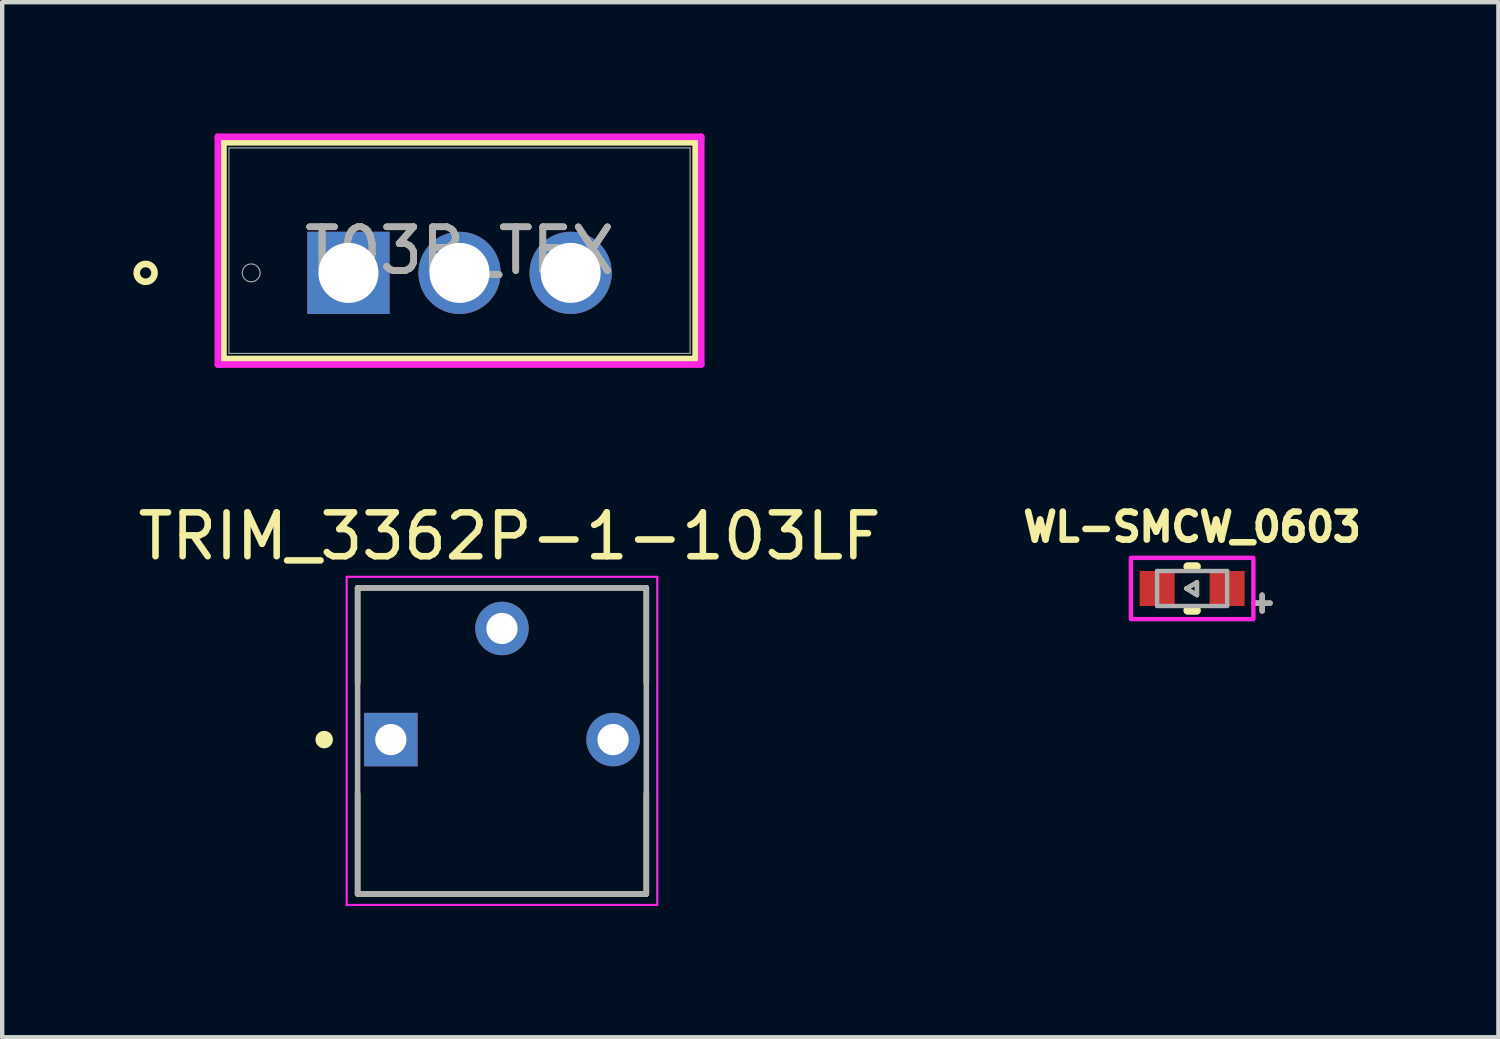
<source format=kicad_pcb>
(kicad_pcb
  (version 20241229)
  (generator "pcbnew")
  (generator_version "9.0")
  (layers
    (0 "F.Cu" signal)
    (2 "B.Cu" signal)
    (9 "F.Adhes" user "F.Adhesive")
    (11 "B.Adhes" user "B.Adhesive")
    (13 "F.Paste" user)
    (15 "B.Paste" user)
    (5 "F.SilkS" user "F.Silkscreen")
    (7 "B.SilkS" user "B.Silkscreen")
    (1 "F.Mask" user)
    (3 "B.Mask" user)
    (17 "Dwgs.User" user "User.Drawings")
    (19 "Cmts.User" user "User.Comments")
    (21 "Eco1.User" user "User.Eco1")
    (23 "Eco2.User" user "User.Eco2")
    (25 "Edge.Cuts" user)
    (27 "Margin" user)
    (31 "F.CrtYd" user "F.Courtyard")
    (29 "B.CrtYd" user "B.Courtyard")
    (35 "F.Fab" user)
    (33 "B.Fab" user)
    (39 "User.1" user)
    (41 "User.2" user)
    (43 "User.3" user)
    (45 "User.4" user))
  (footprint "WL-SMCW_0603"
    (layer "F.Cu")
    (at 24.202 10.403)
    (property "Reference" "WL-SMCW_0603" (at 0 -1.406 0) (layer "F.SilkS") (effects (font (size 0.64 0.64) (thickness 0.15))))
    (attr smd)
    (fp_line (start -0.13 0) (end 0.11 -0.14) (stroke (width 0.1) (type solid)) (layer "F.SilkS"))
    (fp_line (start -0.1 -0.5) (end 0.1 -0.5) (stroke (width 0.2) (type solid)) (layer "F.SilkS"))
    (fp_line (start 0.1 0.5) (end -0.1 0.5) (stroke (width 0.2) (type solid)) (layer "F.SilkS"))
    (fp_line (start 0.11 -0.14) (end 0.11 0.15) (stroke (width 0.1) (type solid)) (layer "F.SilkS"))
    (fp_line (start 0.11 0.15) (end -0.13 0) (stroke (width 0.1) (type solid)) (layer "F.SilkS"))
    (fp_poly (pts (xy -1.4 -0.7) (xy 1.4 -0.7) (xy 1.4 0.7) (xy -1.4 0.7)) (stroke (width 0.1) (type solid)) (fill no) (layer "F.CrtYd"))
    (fp_line (start -0.8 -0.4) (end 0.8 -0.4) (stroke (width 0.1) (type solid)) (layer "F.Fab"))
    (fp_line (start -0.8 0.4) (end -0.8 -0.4) (stroke (width 0.1) (type solid)) (layer "F.Fab"))
    (fp_line (start -0.8 0.4) (end 0.8 0.4) (stroke (width 0.1) (type solid)) (layer "F.Fab"))
    (fp_line (start -0.13 0) (end 0.11 -0.14) (stroke (width 0.1) (type solid)) (layer "F.Fab"))
    (fp_line (start 0.11 -0.14) (end 0.11 0.15) (stroke (width 0.1) (type solid)) (layer "F.Fab"))
    (fp_line (start 0.11 0.15) (end -0.13 0) (stroke (width 0.1) (type solid)) (layer "F.Fab"))
    (fp_line (start 0.8 -0.4) (end 0.8 0.4) (stroke (width 0.1) (type solid)) (layer "F.Fab"))
    (fp_text user "+" (at 1.6 0.3 0) (layer "F.SilkS") (effects (font (size 0.48 0.48) (thickness 0.15))))
    (fp_text user "+" (at 1.6 0.3 0) (layer "F.Fab") (effects (font (size 0.48 0.48) (thickness 0.15))))
    (pad "1" smd rect (at -0.8 0) (size 0.8 0.8) (layers "F.Cu" "F.Mask" "F.Paste"))
    (pad "2" smd rect (at 0.8 0) (size 0.8 0.8) (layers "F.Cu" "F.Mask" "F.Paste")))
  (footprint "T03B_TEX"
    (layer "F.Cu")
    (at 4.915 3.188)
    (property "Reference" "T03B_TEX" (at 2.54 -0.508 0) (unlocked yes) (layer "F.SilkS") (effects (font (size 1 1) (thickness 0.15))))
    (attr through_hole)
    (fp_line (start -2.857 -2.985) (end -2.857 1.968) (stroke (width 0.152) (type solid)) (layer "F.SilkS"))
    (fp_line (start -2.857 1.968) (end 7.938 1.968) (stroke (width 0.152) (type solid)) (layer "F.SilkS"))
    (fp_line (start 7.938 -2.985) (end -2.857 -2.985) (stroke (width 0.152) (type solid)) (layer "F.SilkS"))
    (fp_line (start 7.938 1.968) (end 7.938 -2.985) (stroke (width 0.152) (type solid)) (layer "F.SilkS"))
    (fp_circle (center -4.636 0) (end -4.432 0) (stroke (width 0.152) (type solid)) (fill no) (layer "F.SilkS"))
    (fp_line (start -2.985 -3.111) (end 8.065 -3.111) (stroke (width 0.152) (type solid)) (layer "F.CrtYd"))
    (fp_line (start -2.985 2.095) (end -2.985 -3.111) (stroke (width 0.152) (type solid)) (layer "F.CrtYd"))
    (fp_line (start 8.065 -3.111) (end 8.065 2.095) (stroke (width 0.152) (type solid)) (layer "F.CrtYd"))
    (fp_line (start 8.065 2.095) (end -2.985 2.095) (stroke (width 0.152) (type solid)) (layer "F.CrtYd"))
    (fp_line (start -2.731 -2.857) (end -2.731 1.841) (stroke (width 0.025) (type solid)) (layer "F.Fab"))
    (fp_line (start -2.731 1.841) (end 7.811 1.841) (stroke (width 0.025) (type solid)) (layer "F.Fab"))
    (fp_line (start -0.254 0) (end 0.254 0) (stroke (width 0.152) (type solid)) (layer "F.Fab"))
    (fp_line (start 0 0.254) (end 0 -0.254) (stroke (width 0.152) (type solid)) (layer "F.Fab"))
    (fp_line (start 7.811 -2.857) (end -2.731 -2.857) (stroke (width 0.025) (type solid)) (layer "F.Fab"))
    (fp_line (start 7.811 1.841) (end 7.811 -2.857) (stroke (width 0.025) (type solid)) (layer "F.Fab"))
    (fp_circle (center -2.223 0) (end -2.019 0) (stroke (width 0.025) (type solid)) (fill no) (layer "F.Fab"))
    (fp_text user "${REFERENCE}" (at 2.54 -0.508 0) (unlocked yes) (layer "F.Fab") (effects (font (size 1 1) (thickness 0.15))))
    (pad "1" thru_hole rect (at 0 0) (size 1.88 1.88) (drill 1.372) (layers "*.Cu" "*.Mask"))
    (pad "2" thru_hole circle (at 2.54 0) (size 1.88 1.88) (drill 1.372) (layers "*.Cu" "*.Mask"))
    (pad "3" thru_hole circle (at 5.08 0) (size 1.88 1.88) (drill 1.372) (layers "*.Cu" "*.Mask")))
  (footprint "TRIM_3362P-1-103LF"
    (layer "F.Cu")
    (at 8.425 13.857)
    (property "Reference" "TRIM_3362P-1-103LF" (at 0.175 -4.648 0) (layer "F.SilkS") (effects (font (size 1.003 1.003) (thickness 0.15))))
    (attr through_hole)
    (fp_line (start -3.3 -3.47) (end 3.3 -3.47) (stroke (width 0.127) (type solid)) (layer "F.SilkS"))
    (fp_line (start -3.3 -1.305) (end -3.3 -3.47) (stroke (width 0.127) (type solid)) (layer "F.SilkS"))
    (fp_line (start -3.3 3.52) (end -3.3 1.235) (stroke (width 0.127) (type solid)) (layer "F.SilkS"))
    (fp_line (start 3.3 -3.47) (end 3.3 -1.305) (stroke (width 0.127) (type solid)) (layer "F.SilkS"))
    (fp_line (start 3.3 1.235) (end 3.3 3.52) (stroke (width 0.127) (type solid)) (layer "F.SilkS"))
    (fp_line (start 3.3 3.53) (end -3.3 3.53) (stroke (width 0.127) (type solid)) (layer "F.SilkS"))
    (fp_circle (center -4.064 0) (end -3.964 0) (stroke (width 0.2) (type solid)) (fill no) (layer "F.SilkS"))
    (fp_line (start -3.55 -3.72) (end 3.55 -3.72) (stroke (width 0.05) (type solid)) (layer "F.CrtYd"))
    (fp_line (start -3.55 3.78) (end -3.55 -3.72) (stroke (width 0.05) (type solid)) (layer "F.CrtYd"))
    (fp_line (start 3.55 -3.72) (end 3.55 3.78) (stroke (width 0.05) (type solid)) (layer "F.CrtYd"))
    (fp_line (start 3.55 3.78) (end -3.55 3.78) (stroke (width 0.05) (type solid)) (layer "F.CrtYd"))
    (fp_line (start -3.3 -3.47) (end 3.3 -3.47) (stroke (width 0.127) (type solid)) (layer "F.Fab"))
    (fp_line (start -3.3 3.53) (end -3.3 -3.47) (stroke (width 0.127) (type solid)) (layer "F.Fab"))
    (fp_line (start 3.3 -3.47) (end 3.3 3.53) (stroke (width 0.127) (type solid)) (layer "F.Fab"))
    (fp_line (start 3.3 3.53) (end -3.3 3.53) (stroke (width 0.127) (type solid)) (layer "F.Fab"))
    (pad "1" thru_hole rect (at -2.54 0) (size 1.222 1.222) (drill 0.714) (layers "*.Cu" "*.Mask"))
    (pad "2" thru_hole circle (at 0 -2.54) (size 1.222 1.222) (drill 0.714) (layers "*.Cu" "*.Mask"))
    (pad "3" thru_hole circle (at 2.54 0) (size 1.222 1.222) (drill 0.714) (layers "*.Cu" "*.Mask")))
  (gr_rect
    (start -3 -3)
    (end 31.203 20.662)
    (stroke (width 0.1) (type default))
    (fill no)
    (layer "Edge.Cuts")))
</source>
